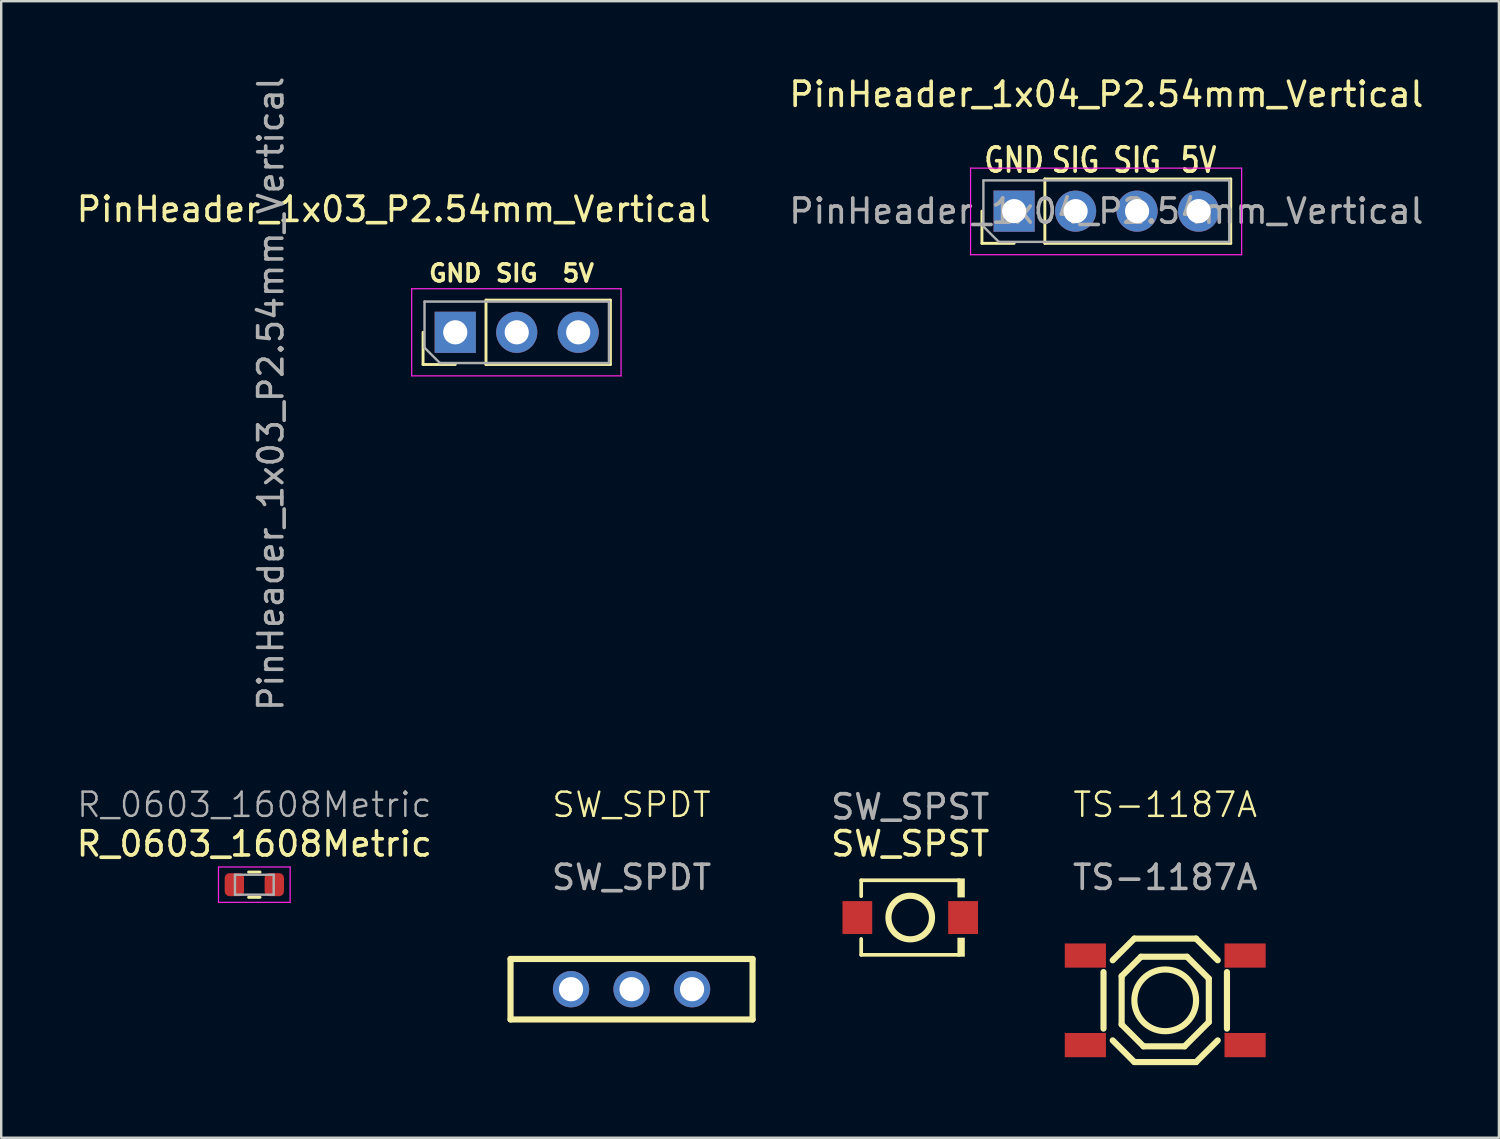
<source format=kicad_pcb>
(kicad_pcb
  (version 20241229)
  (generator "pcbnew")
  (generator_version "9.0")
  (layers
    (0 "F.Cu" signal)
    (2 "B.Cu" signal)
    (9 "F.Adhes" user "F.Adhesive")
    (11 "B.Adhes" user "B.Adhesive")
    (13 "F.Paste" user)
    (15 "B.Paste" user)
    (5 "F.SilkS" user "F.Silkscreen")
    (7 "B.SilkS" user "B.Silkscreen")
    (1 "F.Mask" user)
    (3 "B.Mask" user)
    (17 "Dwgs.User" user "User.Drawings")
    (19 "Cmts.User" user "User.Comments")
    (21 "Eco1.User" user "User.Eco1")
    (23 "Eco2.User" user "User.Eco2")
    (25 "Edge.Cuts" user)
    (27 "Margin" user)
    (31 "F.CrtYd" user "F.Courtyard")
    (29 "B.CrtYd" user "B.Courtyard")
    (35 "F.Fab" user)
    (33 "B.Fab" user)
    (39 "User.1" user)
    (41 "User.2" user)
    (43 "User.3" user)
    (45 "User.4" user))
  (footprint "SW_SPDT"
    (layer "F.Cu")
    (at 23.044 37.821)
    (property "Reference" "SW_SPDT" (at 0 -7.62 0) (unlocked yes) (layer "F.SilkS") (effects (font (size 1 1) (thickness 0.1))))
    (attr smd)
    (fp_line (start -5 -1.249) (end 5 -1.249) (stroke (width 0.254) (type solid)) (layer "F.SilkS"))
    (fp_line (start -5 1.25) (end -5 -1.249) (stroke (width 0.254) (type solid)) (layer "F.SilkS"))
    (fp_line (start 5 -1.249) (end 5 1.25) (stroke (width 0.254) (type solid)) (layer "F.SilkS"))
    (fp_line (start 5 1.25) (end -5 1.25) (stroke (width 0.254) (type solid)) (layer "F.SilkS"))
    (fp_text user "${REFERENCE}" (at 0 -4.62 0) (unlocked yes) (layer "F.Fab") (effects (font (size 1 1) (thickness 0.15))))
    (pad "1" thru_hole circle (at -2.5 0) (size 1.5 1.5) (drill 1) (layers "*.Cu" "*.Paste" "*.Mask"))
    (pad "2" thru_hole circle (at 0 0) (size 1.5 1.5) (drill 1) (layers "*.Cu" "*.Paste" "*.Mask"))
    (pad "3" thru_hole circle (at 2.5 0) (size 1.5 1.5) (drill 1) (layers "*.Cu" "*.Paste" "*.Mask")))
  (footprint "TS-1187A"
    (layer "F.Cu")
    (at 45.094 38.281)
    (property "Reference" "TS-1187A" (at 0 -8.08 0) (unlocked yes) (layer "F.SilkS") (effects (font (size 1 1) (thickness 0.1))))
    (attr smd)
    (fp_line (start -2.55 -1.168) (end -2.55 1.168) (stroke (width 0.254) (type solid)) (layer "F.SilkS"))
    (fp_line (start -2.17 1.655) (end -1.275 2.55) (stroke (width 0.254) (type solid)) (layer "F.SilkS"))
    (fp_line (start -1.801 -1.001) (end -1.001 -1.801) (stroke (width 0.254) (type solid)) (layer "F.SilkS"))
    (fp_line (start -1.801 0.998) (end -1.801 -1.001) (stroke (width 0.254) (type solid)) (layer "F.SilkS"))
    (fp_line (start -1.275 -2.55) (end -2.17 -1.655) (stroke (width 0.254) (type solid)) (layer "F.SilkS"))
    (fp_line (start -1.275 -2.55) (end 1.275 -2.55) (stroke (width 0.254) (type solid)) (layer "F.SilkS"))
    (fp_line (start -1.275 2.55) (end 1.275 2.55) (stroke (width 0.254) (type solid)) (layer "F.SilkS"))
    (fp_line (start -1.001 -1.801) (end 0.899 -1.801) (stroke (width 0.254) (type solid)) (layer "F.SilkS"))
    (fp_line (start -0.899 1.9) (end -1.801 0.998) (stroke (width 0.254) (type solid)) (layer "F.SilkS"))
    (fp_line (start 0.8 1.9) (end -0.899 1.9) (stroke (width 0.254) (type solid)) (layer "F.SilkS"))
    (fp_line (start 0.899 -1.801) (end 1.801 -0.899) (stroke (width 0.254) (type solid)) (layer "F.SilkS"))
    (fp_line (start 1.275 -2.55) (end 2.17 -1.655) (stroke (width 0.254) (type solid)) (layer "F.SilkS"))
    (fp_line (start 1.801 -0.899) (end 1.801 0.899) (stroke (width 0.254) (type solid)) (layer "F.SilkS"))
    (fp_line (start 1.801 0.899) (end 0.8 1.9) (stroke (width 0.254) (type solid)) (layer "F.SilkS"))
    (fp_line (start 2.17 1.655) (end 1.275 2.55) (stroke (width 0.254) (type solid)) (layer "F.SilkS"))
    (fp_line (start 2.55 -1.168) (end 2.55 1.168) (stroke (width 0.254) (type solid)) (layer "F.SilkS"))
    (fp_circle (center 0 0) (end 1.275 0) (stroke (width 0.254) (type solid)) (fill no) (layer "F.SilkS"))
    (fp_text user "${REFERENCE}" (at 0 -5.08 0) (unlocked yes) (layer "F.Fab") (effects (font (size 1 1) (thickness 0.15))))
    (pad "1" smd rect (at -3.3 -1.85) (size 1.7 1) (layers "F.Cu" "F.Mask" "F.Paste"))
    (pad "2" smd rect (at 3.3 -1.85) (size 1.7 1) (layers "F.Cu" "F.Mask" "F.Paste"))
    (pad "3" smd rect (at -3.3 1.85) (size 1.7 1) (layers "F.Cu" "F.Mask" "F.Paste"))
    (pad "4" smd rect (at 3.3 1.85) (size 1.7 1) (layers "F.Cu" "F.Mask" "F.Paste")))
  (footprint "R_0603_1608Metric"
    (layer "F.Cu")
    (at 7.458 33.503)
    (property "Reference" "R_0603_1608Metric" (at 0 -1.684 0) (layer "F.SilkS") (effects (font (size 1 1) (thickness 0.15))))
    (attr smd)
    (fp_line (start -0.237 -0.522) (end 0.237 -0.522) (stroke (width 0.12) (type solid)) (layer "F.SilkS"))
    (fp_line (start -0.237 0.522) (end 0.237 0.522) (stroke (width 0.12) (type solid)) (layer "F.SilkS"))
    (fp_line (start -1.48 -0.73) (end 1.48 -0.73) (stroke (width 0.05) (type solid)) (layer "F.CrtYd"))
    (fp_line (start -1.48 0.73) (end -1.48 -0.73) (stroke (width 0.05) (type solid)) (layer "F.CrtYd"))
    (fp_line (start 1.48 -0.73) (end 1.48 0.73) (stroke (width 0.05) (type solid)) (layer "F.CrtYd"))
    (fp_line (start 1.48 0.73) (end -1.48 0.73) (stroke (width 0.05) (type solid)) (layer "F.CrtYd"))
    (fp_line (start -0.8 -0.412) (end 0.8 -0.412) (stroke (width 0.1) (type solid)) (layer "F.Fab"))
    (fp_line (start -0.8 0.412) (end -0.8 -0.412) (stroke (width 0.1) (type solid)) (layer "F.Fab"))
    (fp_line (start 0.8 -0.412) (end 0.8 0.412) (stroke (width 0.1) (type solid)) (layer "F.Fab"))
    (fp_line (start 0.8 0.412) (end -0.8 0.412) (stroke (width 0.1) (type solid)) (layer "F.Fab"))
    (fp_text user "${REFERENCE}" (at 0 -3.302 0) (layer "F.Fab") (effects (font (size 1 1) (thickness 0.1))))
    (pad "1" smd roundrect (at -0.825 0) (size 0.8 0.95) (layers "F.Cu" "F.Mask" "F.Paste") (roundrect_rratio 0.25))
    (pad "2" smd roundrect (at 0.825 0) (size 0.8 0.95) (layers "F.Cu" "F.Mask" "F.Paste") (roundrect_rratio 0.25)))
  (footprint "SW_SPST"
    (layer "F.Cu")
    (at 34.558 34.861)
    (property "Reference" "SW_SPST" (at 0 -3.048 0) (unlocked yes) (layer "F.SilkS") (effects (font (size 1 1) (thickness 0.15))))
    (attr smd)
    (fp_line (start -2.026 -1.541) (end -2.026 -0.883) (stroke (width 0.152) (type solid)) (layer "F.SilkS"))
    (fp_line (start -2.026 1.541) (end -2.026 0.883) (stroke (width 0.152) (type solid)) (layer "F.SilkS"))
    (fp_line (start 2.026 -1.541) (end -2.026 -1.541) (stroke (width 0.152) (type solid)) (layer "F.SilkS"))
    (fp_line (start 2.026 1.541) (end -2.026 1.541) (stroke (width 0.152) (type solid)) (layer "F.SilkS"))
    (fp_circle (center 0 0) (end 0.9 0) (stroke (width 0.254) (type solid)) (fill no) (layer "F.SilkS"))
    (fp_poly (pts (xy 1.95 -1.617) (xy 1.95 -0.832) (xy 2.255 -0.832) (xy 2.255 -1.617)) (stroke (width 0) (type solid)) (fill yes) (layer "F.SilkS"))
    (fp_poly (pts (xy 1.95 1.617) (xy 1.95 0.832) (xy 2.255 0.832) (xy 2.255 1.617)) (stroke (width 0) (type solid)) (fill yes) (layer "F.SilkS"))
    (fp_text user "${REFERENCE}" (at 0 -4.572 0) (unlocked yes) (layer "F.Fab") (effects (font (size 1 1) (thickness 0.15))))
    (pad "1" smd rect (at -2.185 0) (size 1.23 1.36) (layers "F.Cu" "F.Mask" "F.Paste"))
    (pad "2" smd rect (at 2.185 0) (size 1.23 1.36) (layers "F.Cu" "F.Mask" "F.Paste")))
  (footprint "PinHeader_1x03_P2.54mm_Vertical"
    (layer "F.Cu")
    (at 18.3 10.68)
    (property "Reference" "PinHeader_1x03_P2.54mm_Vertical" (at -5.08 -5.08 0) (layer "F.SilkS") (effects (font (size 1 1) (thickness 0.15))))
    (attr through_hole)
    (fp_line (start -3.87 1.33) (end -3.87 0) (stroke (width 0.12) (type solid)) (layer "F.SilkS"))
    (fp_line (start -2.54 1.33) (end -3.87 1.33) (stroke (width 0.12) (type solid)) (layer "F.SilkS"))
    (fp_line (start -1.27 -1.33) (end 3.87 -1.33) (stroke (width 0.12) (type solid)) (layer "F.SilkS"))
    (fp_line (start -1.27 1.33) (end -1.27 -1.33) (stroke (width 0.12) (type solid)) (layer "F.SilkS"))
    (fp_line (start -1.27 1.33) (end 3.87 1.33) (stroke (width 0.12) (type solid)) (layer "F.SilkS"))
    (fp_line (start 3.87 1.33) (end 3.87 -1.33) (stroke (width 0.12) (type solid)) (layer "F.SilkS"))
    (fp_line (start -4.34 -1.8) (end -4.34 1.8) (stroke (width 0.05) (type solid)) (layer "F.CrtYd"))
    (fp_line (start -4.34 1.8) (end 4.31 1.8) (stroke (width 0.05) (type solid)) (layer "F.CrtYd"))
    (fp_line (start 4.31 -1.8) (end -4.34 -1.8) (stroke (width 0.05) (type solid)) (layer "F.CrtYd"))
    (fp_line (start 4.31 1.8) (end 4.31 -1.8) (stroke (width 0.05) (type solid)) (layer "F.CrtYd"))
    (fp_line (start -3.81 -1.27) (end 3.81 -1.27) (stroke (width 0.1) (type solid)) (layer "F.Fab"))
    (fp_line (start -3.81 0.635) (end -3.81 -1.27) (stroke (width 0.1) (type solid)) (layer "F.Fab"))
    (fp_line (start -3.175 1.27) (end -3.81 0.635) (stroke (width 0.1) (type solid)) (layer "F.Fab"))
    (fp_line (start 3.81 -1.27) (end 3.81 1.27) (stroke (width 0.1) (type solid)) (layer "F.Fab"))
    (fp_line (start 3.81 1.27) (end -3.175 1.27) (stroke (width 0.1) (type solid)) (layer "F.Fab"))
    (fp_text user "GND" (at -2.54 -2.032 0) (unlocked yes) (layer "F.SilkS") (effects (font (size 0.7 0.7) (thickness 0.15) (bold yes)) (justify bottom)))
    (fp_text user "SIG" (at 0 -2.032 0) (unlocked yes) (layer "F.SilkS") (effects (font (size 0.7 0.7) (thickness 0.15) (bold yes)) (justify bottom)))
    (fp_text user "5V" (at 2.54 -2.032 0) (unlocked yes) (layer "F.SilkS") (effects (font (size 0.7 0.7) (thickness 0.15) (bold yes)) (justify bottom)))
    (fp_text user "${REFERENCE}" (at -10.16 2.54 90) (layer "F.Fab") (effects (font (size 1 1) (thickness 0.15))))
    (pad "1" thru_hole rect (at -2.54 0 90) (size 1.7 1.7) (drill 1) (layers "*.Cu" "*.Mask"))
    (pad "2" thru_hole oval (at 0 0 90) (size 1.7 1.7) (drill 1) (layers "*.Cu" "*.Mask"))
    (pad "3" thru_hole oval (at 2.54 0 90) (size 1.7 1.7) (drill 1) (layers "*.Cu" "*.Mask")))
  (footprint "PinHeader_1x04_P2.54mm_Vertical"
    (layer "F.Cu")
    (at 42.661 5.674)
    (property "Reference" "PinHeader_1x04_P2.54mm_Vertical" (at 0 -4.826 180) (layer "F.SilkS") (effects (font (size 1 1) (thickness 0.15))))
    (attr through_hole)
    (fp_line (start -5.14 1.33) (end -5.14 0) (stroke (width 0.12) (type solid)) (layer "F.SilkS"))
    (fp_line (start -3.81 1.33) (end -5.14 1.33) (stroke (width 0.12) (type solid)) (layer "F.SilkS"))
    (fp_line (start -2.54 -1.33) (end 5.14 -1.33) (stroke (width 0.12) (type solid)) (layer "F.SilkS"))
    (fp_line (start -2.54 1.33) (end -2.54 -1.33) (stroke (width 0.12) (type solid)) (layer "F.SilkS"))
    (fp_line (start -2.54 1.33) (end 5.14 1.33) (stroke (width 0.12) (type solid)) (layer "F.SilkS"))
    (fp_line (start 5.14 1.33) (end 5.14 -1.33) (stroke (width 0.12) (type solid)) (layer "F.SilkS"))
    (fp_line (start -5.61 -1.778) (end -5.61 1.8) (stroke (width 0.05) (type solid)) (layer "F.CrtYd"))
    (fp_line (start -5.61 1.8) (end 5.59 1.8) (stroke (width 0.05) (type solid)) (layer "F.CrtYd"))
    (fp_line (start 5.59 -1.778) (end -5.61 -1.778) (stroke (width 0.05) (type solid)) (layer "F.CrtYd"))
    (fp_line (start 5.59 1.8) (end 5.59 -1.778) (stroke (width 0.05) (type solid)) (layer "F.CrtYd"))
    (fp_line (start -5.08 -1.27) (end 5.08 -1.27) (stroke (width 0.1) (type solid)) (layer "F.Fab"))
    (fp_line (start -5.08 0.635) (end -5.08 -1.27) (stroke (width 0.1) (type solid)) (layer "F.Fab"))
    (fp_line (start -4.445 1.27) (end -5.08 0.635) (stroke (width 0.1) (type solid)) (layer "F.Fab"))
    (fp_line (start 5.08 -1.27) (end 5.08 1.27) (stroke (width 0.1) (type solid)) (layer "F.Fab"))
    (fp_line (start 5.08 1.27) (end -4.445 1.27) (stroke (width 0.1) (type solid)) (layer "F.Fab"))
    (fp_text user "GND" (at -3.81 -1.524 0) (unlocked yes) (layer "F.SilkS") (effects (font (size 1 0.8) (thickness 0.15) (bold yes)) (justify bottom)))
    (fp_text user "5V" (at 3.81 -1.524 0) (unlocked yes) (layer "F.SilkS") (effects (font (size 1 0.8) (thickness 0.15) (bold yes)) (justify bottom)))
    (fp_text user "SIG" (at 1.27 -1.524 0) (unlocked yes) (layer "F.SilkS") (effects (font (size 1 0.8) (thickness 0.15) (bold yes)) (justify bottom)))
    (fp_text user "SIG" (at -1.27 -1.524 0) (unlocked yes) (layer "F.SilkS") (effects (font (size 1 0.8) (thickness 0.15) (bold yes)) (justify bottom)))
    (fp_text user "${REFERENCE}" (at 0 0 180) (layer "F.Fab") (effects (font (size 1 1) (thickness 0.15))))
    (pad "1" thru_hole rect (at -3.81 0 90) (size 1.7 1.7) (drill 1) (layers "*.Cu" "*.Mask"))
    (pad "2" thru_hole oval (at -1.27 0 90) (size 1.7 1.7) (drill 1) (layers "*.Cu" "*.Mask"))
    (pad "3" thru_hole oval (at 1.27 0 90) (size 1.7 1.7) (drill 1) (layers "*.Cu" "*.Mask"))
    (pad "4" thru_hole oval (at 3.81 0 90) (size 1.7 1.7) (drill 1) (layers "*.Cu" "*.Mask")))
  (gr_rect
    (start -3 -3)
    (end 58.881 43.958)
    (stroke (width 0.1) (type default))
    (fill no)
    (layer "Edge.Cuts")))
</source>
